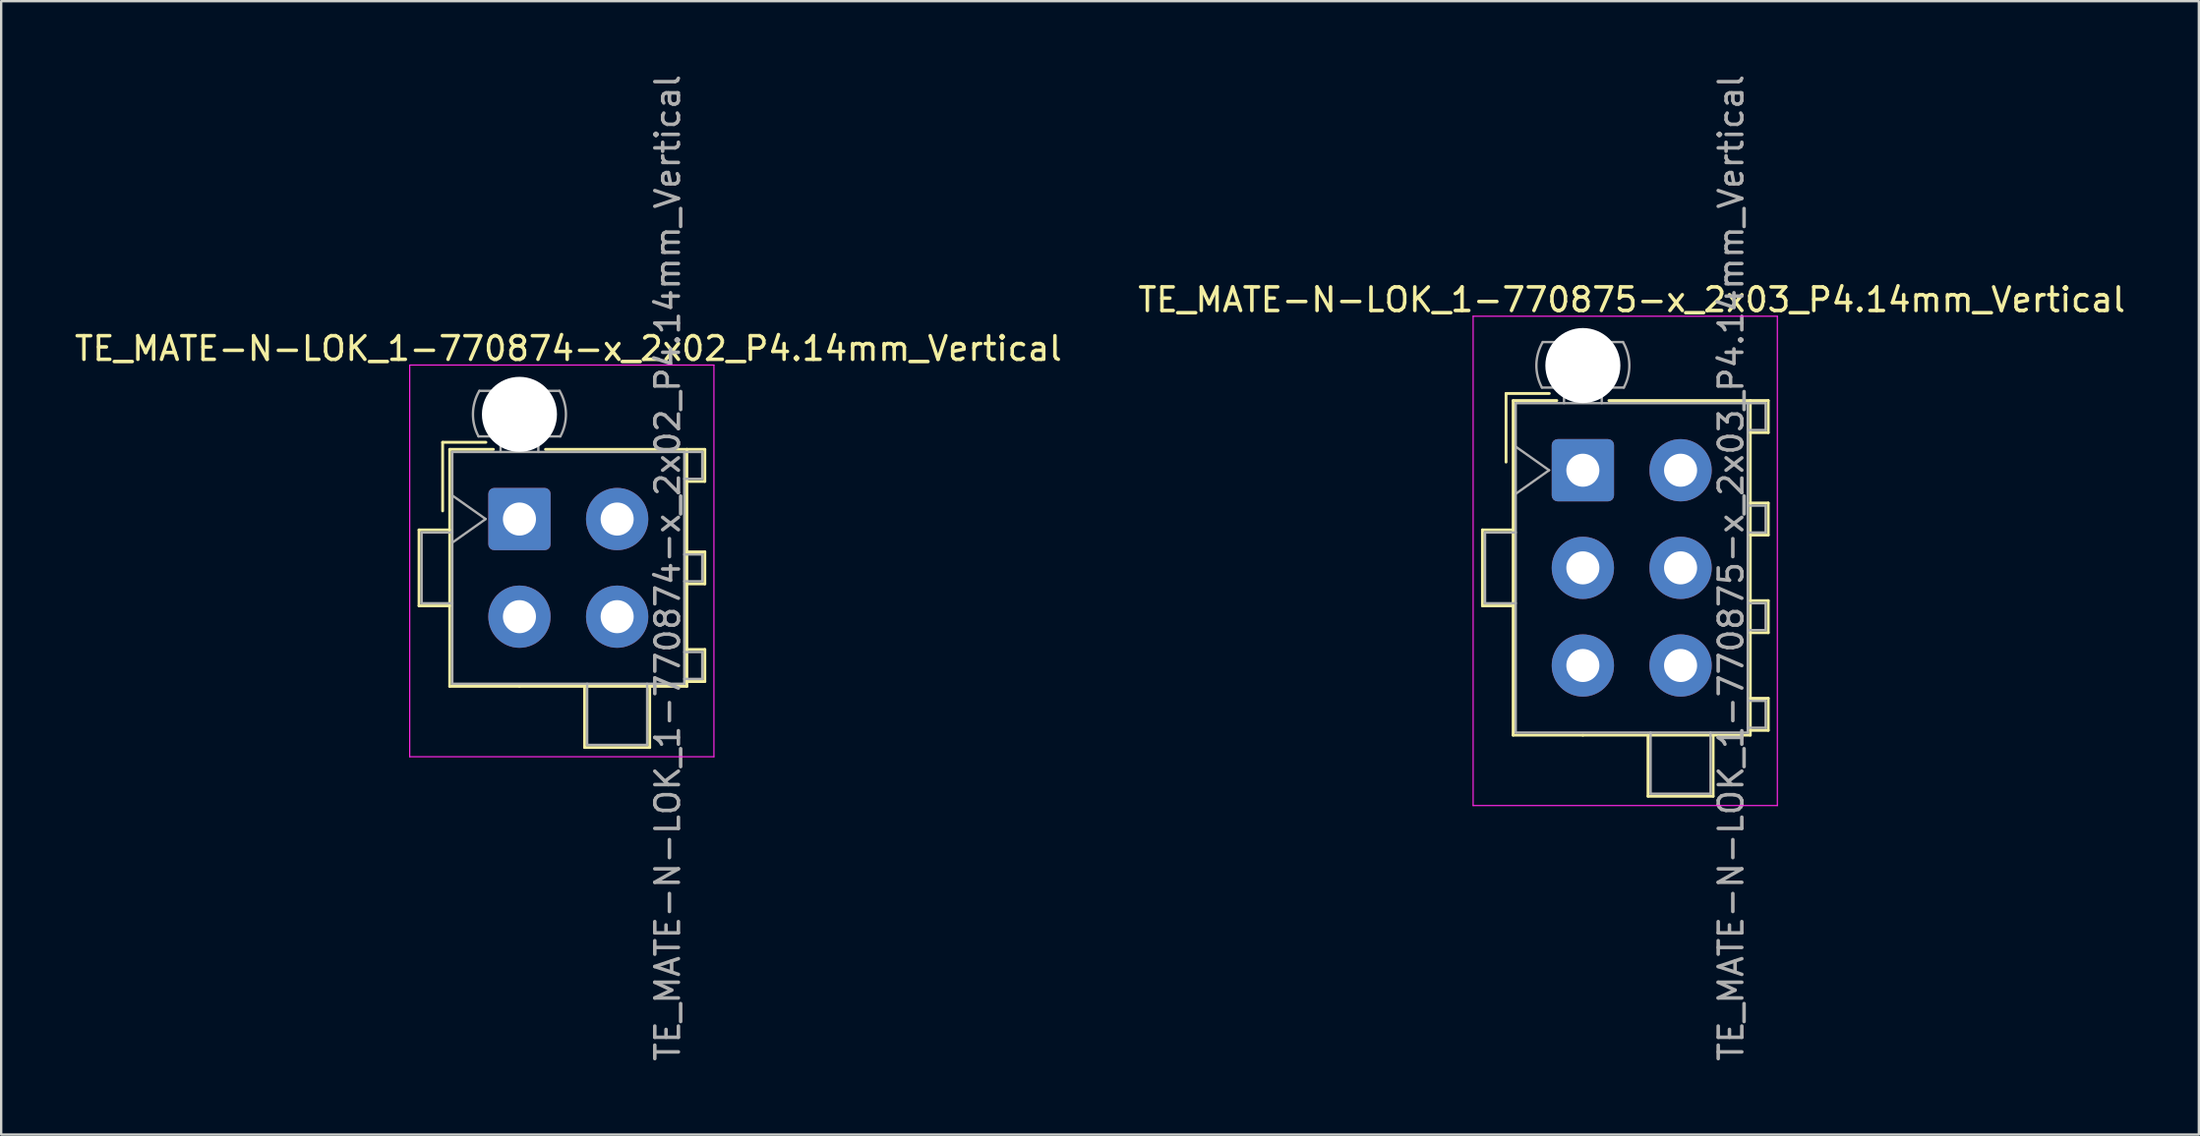
<source format=kicad_pcb>
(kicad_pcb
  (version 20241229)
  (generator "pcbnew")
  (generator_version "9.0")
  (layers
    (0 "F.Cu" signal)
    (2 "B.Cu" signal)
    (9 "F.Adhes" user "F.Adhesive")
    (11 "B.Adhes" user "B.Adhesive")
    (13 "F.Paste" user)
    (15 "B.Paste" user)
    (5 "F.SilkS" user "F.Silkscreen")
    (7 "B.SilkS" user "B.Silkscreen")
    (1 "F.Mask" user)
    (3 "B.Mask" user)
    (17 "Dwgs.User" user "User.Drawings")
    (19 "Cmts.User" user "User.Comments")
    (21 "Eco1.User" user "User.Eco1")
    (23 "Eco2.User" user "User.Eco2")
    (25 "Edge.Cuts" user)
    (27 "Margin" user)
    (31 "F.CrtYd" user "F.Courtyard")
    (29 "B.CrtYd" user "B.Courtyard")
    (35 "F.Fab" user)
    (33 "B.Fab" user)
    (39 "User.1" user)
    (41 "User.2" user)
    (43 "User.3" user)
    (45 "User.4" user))
  (footprint "TE_MATE-N-LOK_1-770875-x_2x03_P4.14mm_Vertical"
    (layer "F.Cu")
    (at 64.019 16.89)
    (property "Reference" "TE_MATE-N-LOK_1-770875-x_2x03_P4.14mm_Vertical" (at 2.07 -7.23 0) (layer "F.SilkS") (effects (font (size 1 1) (thickness 0.15))))
    (attr through_hole)
    (fp_line (start -4.255 2.53) (end -4.255 5.75) (stroke (width 0.12) (type solid)) (layer "F.SilkS"))
    (fp_line (start -4.255 5.75) (end -2.955 5.75) (stroke (width 0.12) (type solid)) (layer "F.SilkS"))
    (fp_line (start -3.255 -3.255) (end -3.255 -0.345) (stroke (width 0.12) (type solid)) (layer "F.SilkS"))
    (fp_line (start -2.955 -2.955) (end -2.955 11.235) (stroke (width 0.12) (type solid)) (layer "F.SilkS"))
    (fp_line (start -2.955 2.53) (end -4.255 2.53) (stroke (width 0.12) (type solid)) (layer "F.SilkS"))
    (fp_line (start -2.955 11.235) (end 0 11.235) (stroke (width 0.12) (type solid)) (layer "F.SilkS"))
    (fp_line (start -1.421 -3.255) (end -3.255 -3.255) (stroke (width 0.12) (type solid)) (layer "F.SilkS"))
    (fp_line (start -1.103 -2.955) (end -2.955 -2.955) (stroke (width 0.12) (type solid)) (layer "F.SilkS"))
    (fp_line (start 1.103 -2.955) (end 7.095 -2.955) (stroke (width 0.12) (type solid)) (layer "F.SilkS"))
    (fp_line (start 2.76 11.235) (end 2.76 13.826) (stroke (width 0.12) (type solid)) (layer "F.SilkS"))
    (fp_line (start 2.76 13.826) (end 5.52 13.826) (stroke (width 0.12) (type solid)) (layer "F.SilkS"))
    (fp_line (start 5.52 13.826) (end 5.52 11.235) (stroke (width 0.12) (type solid)) (layer "F.SilkS"))
    (fp_line (start 7.095 -2.955) (end 7.095 11.235) (stroke (width 0.12) (type solid)) (layer "F.SilkS"))
    (fp_line (start 7.095 -2.955) (end 7.855 -2.955) (stroke (width 0.12) (type solid)) (layer "F.SilkS"))
    (fp_line (start 7.095 1.39) (end 7.855 1.39) (stroke (width 0.12) (type solid)) (layer "F.SilkS"))
    (fp_line (start 7.095 5.53) (end 7.855 5.53) (stroke (width 0.12) (type solid)) (layer "F.SilkS"))
    (fp_line (start 7.095 9.67) (end 7.855 9.67) (stroke (width 0.12) (type solid)) (layer "F.SilkS"))
    (fp_line (start 7.095 11.235) (end 0 11.235) (stroke (width 0.12) (type solid)) (layer "F.SilkS"))
    (fp_line (start 7.855 -2.955) (end 7.855 -1.595) (stroke (width 0.12) (type solid)) (layer "F.SilkS"))
    (fp_line (start 7.855 -1.595) (end 7.095 -1.595) (stroke (width 0.12) (type solid)) (layer "F.SilkS"))
    (fp_line (start 7.855 1.39) (end 7.855 2.75) (stroke (width 0.12) (type solid)) (layer "F.SilkS"))
    (fp_line (start 7.855 2.75) (end 7.095 2.75) (stroke (width 0.12) (type solid)) (layer "F.SilkS"))
    (fp_line (start 7.855 5.53) (end 7.855 6.89) (stroke (width 0.12) (type solid)) (layer "F.SilkS"))
    (fp_line (start 7.855 6.89) (end 7.095 6.89) (stroke (width 0.12) (type solid)) (layer "F.SilkS"))
    (fp_line (start 7.855 9.67) (end 7.855 11.03) (stroke (width 0.12) (type solid)) (layer "F.SilkS"))
    (fp_line (start 7.855 11.03) (end 7.095 11.03) (stroke (width 0.12) (type solid)) (layer "F.SilkS"))
    (fp_line (start -4.65 -6.53) (end -4.65 14.22) (stroke (width 0.05) (type solid)) (layer "F.CrtYd"))
    (fp_line (start -4.65 14.22) (end 8.24 14.22) (stroke (width 0.05) (type solid)) (layer "F.CrtYd"))
    (fp_line (start 8.24 -6.53) (end -4.65 -6.53) (stroke (width 0.05) (type solid)) (layer "F.CrtYd"))
    (fp_line (start 8.24 14.22) (end 8.24 -6.53) (stroke (width 0.05) (type solid)) (layer "F.CrtYd"))
    (fp_line (start -4.145 2.64) (end -4.145 5.64) (stroke (width 0.1) (type solid)) (layer "F.Fab"))
    (fp_line (start -4.145 5.64) (end -2.845 5.64) (stroke (width 0.1) (type solid)) (layer "F.Fab"))
    (fp_line (start -2.845 -2.845) (end -2.845 11.125) (stroke (width 0.1) (type solid)) (layer "F.Fab"))
    (fp_line (start -2.845 -1) (end -1.431 0) (stroke (width 0.1) (type solid)) (layer "F.Fab"))
    (fp_line (start -2.845 2.64) (end -4.145 2.64) (stroke (width 0.1) (type solid)) (layer "F.Fab"))
    (fp_line (start -2.845 11.125) (end 6.985 11.125) (stroke (width 0.1) (type solid)) (layer "F.Fab"))
    (fp_line (start -1.431 0) (end -2.845 1) (stroke (width 0.1) (type solid)) (layer "F.Fab"))
    (fp_line (start -0.8 -2.845) (end -0.8 -3.505) (stroke (width 0.1) (type solid)) (layer "F.Fab"))
    (fp_line (start 0.8 -2.845) (end 0.8 -3.505) (stroke (width 0.1) (type solid)) (layer "F.Fab"))
    (fp_line (start 1.7 -5.436) (end -1.7 -5.436) (stroke (width 0.1) (type solid)) (layer "F.Fab"))
    (fp_line (start 1.734 -3.505) (end -1.734 -3.505) (stroke (width 0.1) (type solid)) (layer "F.Fab"))
    (fp_line (start 2.87 11.125) (end 2.87 13.716) (stroke (width 0.1) (type solid)) (layer "F.Fab"))
    (fp_line (start 2.87 13.716) (end 5.41 13.716) (stroke (width 0.1) (type solid)) (layer "F.Fab"))
    (fp_line (start 5.41 13.716) (end 5.41 11.125) (stroke (width 0.1) (type solid)) (layer "F.Fab"))
    (fp_line (start 6.985 -2.845) (end -2.845 -2.845) (stroke (width 0.1) (type solid)) (layer "F.Fab"))
    (fp_line (start 6.985 -2.845) (end 7.745 -2.845) (stroke (width 0.1) (type solid)) (layer "F.Fab"))
    (fp_line (start 6.985 1.5) (end 7.745 1.5) (stroke (width 0.1) (type solid)) (layer "F.Fab"))
    (fp_line (start 6.985 5.64) (end 7.745 5.64) (stroke (width 0.1) (type solid)) (layer "F.Fab"))
    (fp_line (start 6.985 9.78) (end 7.745 9.78) (stroke (width 0.1) (type solid)) (layer "F.Fab"))
    (fp_line (start 6.985 11.125) (end 6.985 -2.845) (stroke (width 0.1) (type solid)) (layer "F.Fab"))
    (fp_line (start 7.745 -2.845) (end 7.745 -1.705) (stroke (width 0.1) (type solid)) (layer "F.Fab"))
    (fp_line (start 7.745 -1.705) (end 6.985 -1.705) (stroke (width 0.1) (type solid)) (layer "F.Fab"))
    (fp_line (start 7.745 1.5) (end 7.745 2.64) (stroke (width 0.1) (type solid)) (layer "F.Fab"))
    (fp_line (start 7.745 2.64) (end 6.985 2.64) (stroke (width 0.1) (type solid)) (layer "F.Fab"))
    (fp_line (start 7.745 5.64) (end 7.745 6.78) (stroke (width 0.1) (type solid)) (layer "F.Fab"))
    (fp_line (start 7.745 6.78) (end 6.985 6.78) (stroke (width 0.1) (type solid)) (layer "F.Fab"))
    (fp_line (start 7.745 9.78) (end 7.745 10.92) (stroke (width 0.1) (type solid)) (layer "F.Fab"))
    (fp_line (start 7.745 10.92) (end 6.985 10.92) (stroke (width 0.1) (type solid)) (layer "F.Fab"))
    (fp_arc (start -1.733977 -3.505) (mid -1.96969 -4.474992) (end -1.699672 -5.436) (stroke (width 0.1) (type solid)) (layer "F.Fab"))
    (fp_arc (start 1.699672 -5.436) (mid 1.969689 -4.474992) (end 1.733977 -3.505) (stroke (width 0.1) (type solid)) (layer "F.Fab"))
    (fp_text user "${REFERENCE}" (at 6.28 4.14 90) (layer "F.Fab") (effects (font (size 1 1) (thickness 0.15))))
    (pad "" np_thru_hole circle (at 0 -4.44) (size 3.18 3.18) (drill 3.18) (layers "*.Cu" "*.Mask"))
    (pad "1" thru_hole roundrect (at 0 0) (size 2.64 2.64) (drill 1.4) (layers "*.Cu" "*.Mask") (roundrect_rratio 0.095))
    (pad "2" thru_hole circle (at 0 4.14) (size 2.64 2.64) (drill 1.4) (layers "*.Cu" "*.Mask"))
    (pad "3" thru_hole circle (at 0 8.28) (size 2.64 2.64) (drill 1.4) (layers "*.Cu" "*.Mask"))
    (pad "4" thru_hole circle (at 4.14 0) (size 2.64 2.64) (drill 1.4) (layers "*.Cu" "*.Mask"))
    (pad "5" thru_hole circle (at 4.14 4.14) (size 2.64 2.64) (drill 1.4) (layers "*.Cu" "*.Mask"))
    (pad "6" thru_hole circle (at 4.14 8.28) (size 2.64 2.64) (drill 1.4) (layers "*.Cu" "*.Mask")))
  (footprint "TE_MATE-N-LOK_1-770874-x_2x02_P4.14mm_Vertical"
    (layer "F.Cu")
    (at 18.96 18.96)
    (property "Reference" "TE_MATE-N-LOK_1-770874-x_2x02_P4.14mm_Vertical" (at 2.07 -7.23 0) (layer "F.SilkS") (effects (font (size 1 1) (thickness 0.15))))
    (attr through_hole)
    (fp_line (start -4.255 0.46) (end -4.255 3.68) (stroke (width 0.12) (type solid)) (layer "F.SilkS"))
    (fp_line (start -4.255 3.68) (end -2.955 3.68) (stroke (width 0.12) (type solid)) (layer "F.SilkS"))
    (fp_line (start -3.255 -3.255) (end -3.255 -0.345) (stroke (width 0.12) (type solid)) (layer "F.SilkS"))
    (fp_line (start -2.955 -2.955) (end -2.955 7.095) (stroke (width 0.12) (type solid)) (layer "F.SilkS"))
    (fp_line (start -2.955 0.46) (end -4.255 0.46) (stroke (width 0.12) (type solid)) (layer "F.SilkS"))
    (fp_line (start -2.955 7.095) (end 0 7.095) (stroke (width 0.12) (type solid)) (layer "F.SilkS"))
    (fp_line (start -1.421 -3.255) (end -3.255 -3.255) (stroke (width 0.12) (type solid)) (layer "F.SilkS"))
    (fp_line (start -1.103 -2.955) (end -2.955 -2.955) (stroke (width 0.12) (type solid)) (layer "F.SilkS"))
    (fp_line (start 1.103 -2.955) (end 7.095 -2.955) (stroke (width 0.12) (type solid)) (layer "F.SilkS"))
    (fp_line (start 2.76 7.095) (end 2.76 9.686) (stroke (width 0.12) (type solid)) (layer "F.SilkS"))
    (fp_line (start 2.76 9.686) (end 5.52 9.686) (stroke (width 0.12) (type solid)) (layer "F.SilkS"))
    (fp_line (start 5.52 9.686) (end 5.52 7.095) (stroke (width 0.12) (type solid)) (layer "F.SilkS"))
    (fp_line (start 7.095 -2.955) (end 7.095 7.095) (stroke (width 0.12) (type solid)) (layer "F.SilkS"))
    (fp_line (start 7.095 -2.955) (end 7.855 -2.955) (stroke (width 0.12) (type solid)) (layer "F.SilkS"))
    (fp_line (start 7.095 1.39) (end 7.855 1.39) (stroke (width 0.12) (type solid)) (layer "F.SilkS"))
    (fp_line (start 7.095 5.53) (end 7.855 5.53) (stroke (width 0.12) (type solid)) (layer "F.SilkS"))
    (fp_line (start 7.095 7.095) (end 0 7.095) (stroke (width 0.12) (type solid)) (layer "F.SilkS"))
    (fp_line (start 7.855 -2.955) (end 7.855 -1.595) (stroke (width 0.12) (type solid)) (layer "F.SilkS"))
    (fp_line (start 7.855 -1.595) (end 7.095 -1.595) (stroke (width 0.12) (type solid)) (layer "F.SilkS"))
    (fp_line (start 7.855 1.39) (end 7.855 2.75) (stroke (width 0.12) (type solid)) (layer "F.SilkS"))
    (fp_line (start 7.855 2.75) (end 7.095 2.75) (stroke (width 0.12) (type solid)) (layer "F.SilkS"))
    (fp_line (start 7.855 5.53) (end 7.855 6.89) (stroke (width 0.12) (type solid)) (layer "F.SilkS"))
    (fp_line (start 7.855 6.89) (end 7.095 6.89) (stroke (width 0.12) (type solid)) (layer "F.SilkS"))
    (fp_line (start -4.65 -6.53) (end -4.65 10.08) (stroke (width 0.05) (type solid)) (layer "F.CrtYd"))
    (fp_line (start -4.65 10.08) (end 8.24 10.08) (stroke (width 0.05) (type solid)) (layer "F.CrtYd"))
    (fp_line (start 8.24 -6.53) (end -4.65 -6.53) (stroke (width 0.05) (type solid)) (layer "F.CrtYd"))
    (fp_line (start 8.24 10.08) (end 8.24 -6.53) (stroke (width 0.05) (type solid)) (layer "F.CrtYd"))
    (fp_line (start -4.145 0.57) (end -4.145 3.57) (stroke (width 0.1) (type solid)) (layer "F.Fab"))
    (fp_line (start -4.145 3.57) (end -2.845 3.57) (stroke (width 0.1) (type solid)) (layer "F.Fab"))
    (fp_line (start -2.845 -2.845) (end -2.845 6.985) (stroke (width 0.1) (type solid)) (layer "F.Fab"))
    (fp_line (start -2.845 -1) (end -1.431 0) (stroke (width 0.1) (type solid)) (layer "F.Fab"))
    (fp_line (start -2.845 0.57) (end -4.145 0.57) (stroke (width 0.1) (type solid)) (layer "F.Fab"))
    (fp_line (start -2.845 6.985) (end 6.985 6.985) (stroke (width 0.1) (type solid)) (layer "F.Fab"))
    (fp_line (start -1.431 0) (end -2.845 1) (stroke (width 0.1) (type solid)) (layer "F.Fab"))
    (fp_line (start -0.8 -2.845) (end -0.8 -3.505) (stroke (width 0.1) (type solid)) (layer "F.Fab"))
    (fp_line (start 0.8 -2.845) (end 0.8 -3.505) (stroke (width 0.1) (type solid)) (layer "F.Fab"))
    (fp_line (start 1.7 -5.436) (end -1.7 -5.436) (stroke (width 0.1) (type solid)) (layer "F.Fab"))
    (fp_line (start 1.734 -3.505) (end -1.734 -3.505) (stroke (width 0.1) (type solid)) (layer "F.Fab"))
    (fp_line (start 2.87 6.985) (end 2.87 9.576) (stroke (width 0.1) (type solid)) (layer "F.Fab"))
    (fp_line (start 2.87 9.576) (end 5.41 9.576) (stroke (width 0.1) (type solid)) (layer "F.Fab"))
    (fp_line (start 5.41 9.576) (end 5.41 6.985) (stroke (width 0.1) (type solid)) (layer "F.Fab"))
    (fp_line (start 6.985 -2.845) (end -2.845 -2.845) (stroke (width 0.1) (type solid)) (layer "F.Fab"))
    (fp_line (start 6.985 -2.845) (end 7.745 -2.845) (stroke (width 0.1) (type solid)) (layer "F.Fab"))
    (fp_line (start 6.985 1.5) (end 7.745 1.5) (stroke (width 0.1) (type solid)) (layer "F.Fab"))
    (fp_line (start 6.985 5.64) (end 7.745 5.64) (stroke (width 0.1) (type solid)) (layer "F.Fab"))
    (fp_line (start 6.985 6.985) (end 6.985 -2.845) (stroke (width 0.1) (type solid)) (layer "F.Fab"))
    (fp_line (start 7.745 -2.845) (end 7.745 -1.705) (stroke (width 0.1) (type solid)) (layer "F.Fab"))
    (fp_line (start 7.745 -1.705) (end 6.985 -1.705) (stroke (width 0.1) (type solid)) (layer "F.Fab"))
    (fp_line (start 7.745 1.5) (end 7.745 2.64) (stroke (width 0.1) (type solid)) (layer "F.Fab"))
    (fp_line (start 7.745 2.64) (end 6.985 2.64) (stroke (width 0.1) (type solid)) (layer "F.Fab"))
    (fp_line (start 7.745 5.64) (end 7.745 6.78) (stroke (width 0.1) (type solid)) (layer "F.Fab"))
    (fp_line (start 7.745 6.78) (end 6.985 6.78) (stroke (width 0.1) (type solid)) (layer "F.Fab"))
    (fp_arc (start -1.733977 -3.505) (mid -1.96969 -4.474992) (end -1.699672 -5.436) (stroke (width 0.1) (type solid)) (layer "F.Fab"))
    (fp_arc (start 1.699672 -5.436) (mid 1.969689 -4.474992) (end 1.733977 -3.505) (stroke (width 0.1) (type solid)) (layer "F.Fab"))
    (fp_text user "${REFERENCE}" (at 6.28 2.07 90) (layer "F.Fab") (effects (font (size 1 1) (thickness 0.15))))
    (pad "" np_thru_hole circle (at 0 -4.44) (size 3.18 3.18) (drill 3.18) (layers "*.Cu" "*.Mask"))
    (pad "1" thru_hole roundrect (at 0 0) (size 2.64 2.64) (drill 1.4) (layers "*.Cu" "*.Mask") (roundrect_rratio 0.095))
    (pad "2" thru_hole circle (at 0 4.14) (size 2.64 2.64) (drill 1.4) (layers "*.Cu" "*.Mask"))
    (pad "3" thru_hole circle (at 4.14 0) (size 2.64 2.64) (drill 1.4) (layers "*.Cu" "*.Mask"))
    (pad "4" thru_hole circle (at 4.14 4.14) (size 2.64 2.64) (drill 1.4) (layers "*.Cu" "*.Mask")))
  (gr_rect
    (start -3 -3)
    (end 90.119 45.06)
    (stroke (width 0.1) (type default))
    (fill no)
    (layer "Edge.Cuts")))
</source>
